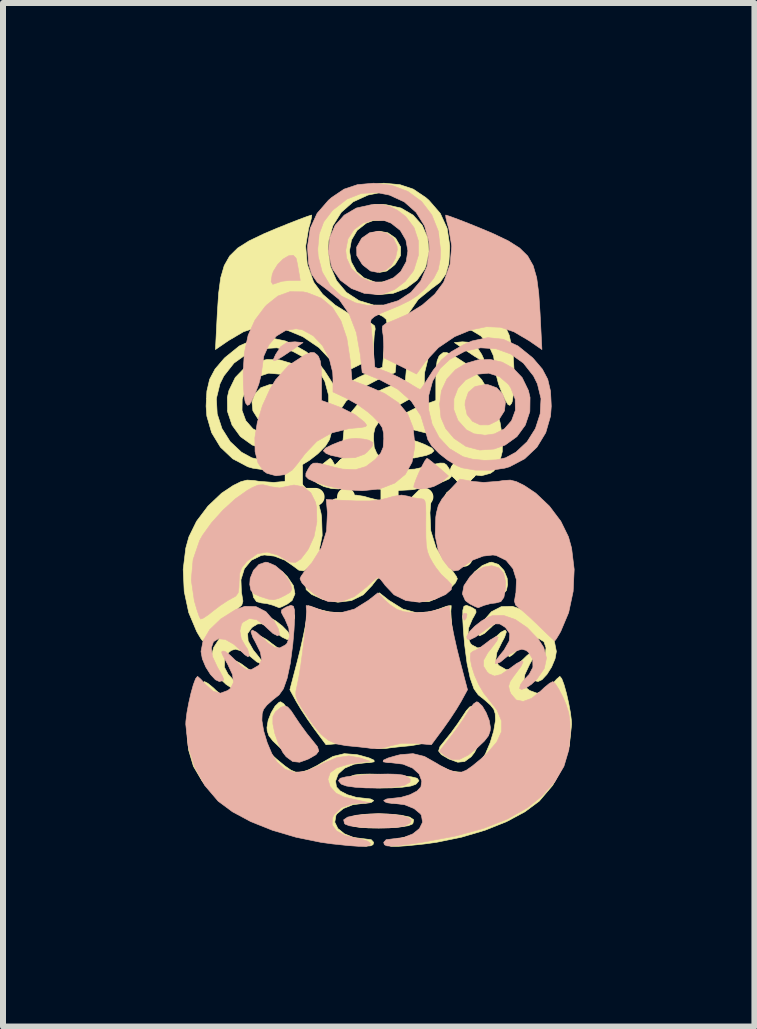
<source format=kicad_pcb>
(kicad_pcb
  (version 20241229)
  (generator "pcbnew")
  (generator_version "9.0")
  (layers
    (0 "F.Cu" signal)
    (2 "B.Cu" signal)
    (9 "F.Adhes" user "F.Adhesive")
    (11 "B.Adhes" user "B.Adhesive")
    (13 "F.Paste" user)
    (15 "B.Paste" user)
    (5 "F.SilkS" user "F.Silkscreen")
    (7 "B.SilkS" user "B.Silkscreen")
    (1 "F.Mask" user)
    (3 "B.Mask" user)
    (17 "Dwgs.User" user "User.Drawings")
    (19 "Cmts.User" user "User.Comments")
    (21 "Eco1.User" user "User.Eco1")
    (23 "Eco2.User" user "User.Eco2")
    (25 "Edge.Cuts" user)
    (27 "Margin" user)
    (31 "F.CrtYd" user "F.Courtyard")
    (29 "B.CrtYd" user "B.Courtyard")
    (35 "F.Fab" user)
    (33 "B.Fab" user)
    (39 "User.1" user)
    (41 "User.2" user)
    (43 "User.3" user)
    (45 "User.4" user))
  (footprint "tiki"
    (layer "F.Cu")
    (at 3.265 6.833)
    (property "Reference" "tiki" (at 0 -1.27 0) (layer "F.SilkS") (effects (font (size 1.524 1.524) (thickness 0.3))))
    (attr through_hole)
    (fp_poly (pts (xy -1.401 0.39) (xy -1.406 0.429) (xy -1.429 0.461) (xy -1.457 0.429) (xy -1.473 0.367) (xy -1.465 0.35) (xy -1.423 0.343) (xy -1.401 0.39)) (stroke (width 0.01) (type solid)) (fill yes) (layer "F.SilkS"))
    (fp_poly (pts (xy 1.53 -4.173) (xy 1.634 -4.101) (xy 1.718 -3.972) (xy 1.752 -3.897) (xy 1.749 -3.866) (xy 1.699 -3.881) (xy 1.595 -3.944) (xy 1.488 -4.016) (xy 1.262 -4.17) (xy 1.396 -4.183) (xy 1.53 -4.173)) (stroke (width 0.01) (type solid)) (fill yes) (layer "F.SilkS"))
    (fp_poly (pts (xy -1.608 -3.438) (xy -1.496 -3.342) (xy -1.443 -3.187) (xy -1.439 -3.126) (xy -1.474 -2.969) (xy -1.565 -2.857) (xy -1.693 -2.797) (xy -1.837 -2.798) (xy -1.979 -2.868) (xy -2.013 -2.898) (xy -2.098 -3.033) (xy -2.113 -3.178) (xy -2.066 -3.313) (xy -1.966 -3.417) (xy -1.821 -3.469) (xy -1.777 -3.471) (xy -1.608 -3.438)) (stroke (width 0.01) (type solid)) (fill yes) (layer "F.SilkS"))
    (fp_poly (pts (xy -0.774 -2.204) (xy -0.726 -2.116) (xy -0.671 -2.001) (xy -0.622 -1.886) (xy -0.59 -1.795) (xy -0.585 -1.757) (xy -0.664 -1.729) (xy -0.785 -1.736) (xy -0.917 -1.77) (xy -1.028 -1.827) (xy -1.045 -1.841) (xy -1.164 -1.945) (xy -0.995 -2.093) (xy -0.896 -2.175) (xy -0.826 -2.229) (xy -0.804 -2.24) (xy -0.774 -2.204)) (stroke (width 0.01) (type solid)) (fill yes) (layer "F.SilkS"))
    (fp_poly (pts (xy 0.507 -2.561) (xy 0.653 -2.516) (xy 0.773 -2.468) (xy 0.888 -2.41) (xy 0.923 -2.365) (xy 0.878 -2.323) (xy 0.798 -2.29) (xy 0.59 -2.245) (xy 0.396 -2.251) (xy 0.239 -2.308) (xy 0.189 -2.348) (xy 0.106 -2.444) (xy 0.098 -2.504) (xy 0.167 -2.543) (xy 0.252 -2.561) (xy 0.384 -2.574) (xy 0.507 -2.561)) (stroke (width 0.01) (type solid)) (fill yes) (layer "F.SilkS"))
    (fp_poly (pts (xy 0.153 -6.001) (xy 0.278 -5.914) (xy 0.285 -5.907) (xy 0.367 -5.763) (xy 0.365 -5.622) (xy 0.278 -5.48) (xy 0.257 -5.458) (xy 0.136 -5.364) (xy 0.017 -5.341) (xy -0.118 -5.378) (xy -0.211 -5.455) (xy -0.281 -5.58) (xy -0.311 -5.72) (xy -0.306 -5.78) (xy -0.244 -5.911) (xy -0.132 -5.995) (xy 0.008 -6.027) (xy 0.153 -6.001)) (stroke (width 0.01) (type solid)) (fill yes) (layer "F.SilkS"))
    (fp_poly (pts (xy 1.503 -5.617) (xy 1.595 -5.562) (xy 1.685 -5.472) (xy 1.754 -5.361) (xy 1.776 -5.303) (xy 1.794 -5.188) (xy 1.766 -5.142) (xy 1.692 -5.166) (xy 1.691 -5.167) (xy 1.61 -5.193) (xy 1.49 -5.206) (xy 1.469 -5.206) (xy 1.308 -5.207) (xy 1.335 -5.366) (xy 1.356 -5.484) (xy 1.375 -5.569) (xy 1.378 -5.577) (xy 1.425 -5.626) (xy 1.503 -5.617)) (stroke (width 0.01) (type solid)) (fill yes) (layer "F.SilkS"))
    (fp_poly (pts (xy 0.138 3.692) (xy 0.369 3.711) (xy 0.517 3.743) (xy 0.584 3.788) (xy 0.571 3.847) (xy 0.558 3.861) (xy 0.491 3.887) (xy 0.362 3.907) (xy 0.193 3.92) (xy 0.007 3.925) (xy -0.174 3.923) (xy -0.328 3.911) (xy -0.432 3.891) (xy -0.436 3.889) (xy -0.528 3.839) (xy -0.543 3.792) (xy -0.49 3.75) (xy -0.377 3.717) (xy -0.212 3.695) (xy -0.004 3.688) (xy 0.138 3.692)) (stroke (width 0.01) (type solid)) (fill yes) (layer "F.SilkS"))
    (fp_poly (pts (xy 1.997 -0.47) (xy 2.088 -0.372) (xy 2.143 -0.239) (xy 2.15 -0.136) (xy 2.131 -0.039) (xy 2.08 0.019) (xy 1.97 0.067) (xy 1.968 0.067) (xy 1.84 0.108) (xy 1.753 0.119) (xy 1.67 0.097) (xy 1.577 0.053) (xy 1.479 -0.003) (xy 1.446 -0.06) (xy 1.47 -0.145) (xy 1.502 -0.21) (xy 1.6 -0.346) (xy 1.726 -0.451) (xy 1.854 -0.505) (xy 1.886 -0.508) (xy 1.997 -0.47)) (stroke (width 0.01) (type solid)) (fill yes) (layer "F.SilkS"))
    (fp_poly (pts (xy -1.745 -0.426) (xy -1.601 -0.343) (xy -1.524 -0.268) (xy -1.422 -0.116) (xy -1.396 0.021) (xy -1.445 0.132) (xy -1.522 0.189) (xy -1.61 0.233) (xy -1.658 0.251) (xy -1.659 0.251) (xy -1.704 0.234) (xy -1.757 0.212) (xy -1.867 0.182) (xy -1.953 0.172) (xy -2.037 0.15) (xy -2.088 0.078) (xy -2.112 -0.055) (xy -2.116 -0.179) (xy -2.085 -0.323) (xy -2.003 -0.414) (xy -1.884 -0.449) (xy -1.745 -0.426)) (stroke (width 0.01) (type solid)) (fill yes) (layer "F.SilkS"))
    (fp_poly (pts (xy -1.583 1.854) (xy -1.517 1.94) (xy -1.49 1.984) (xy -1.416 2.102) (xy -1.312 2.253) (xy -1.205 2.396) (xy -1.011 2.645) (xy -1.103 2.72) (xy -1.221 2.783) (xy -1.347 2.781) (xy -1.492 2.709) (xy -1.64 2.591) (xy -1.763 2.474) (xy -1.831 2.386) (xy -1.859 2.304) (xy -1.863 2.249) (xy -1.843 2.13) (xy -1.793 2.003) (xy -1.728 1.893) (xy -1.661 1.828) (xy -1.634 1.82) (xy -1.583 1.854)) (stroke (width 0.01) (type solid)) (fill yes) (layer "F.SilkS"))
    (fp_poly (pts (xy 0.03 3.029) (xy 0.222 3.039) (xy 0.401 3.054) (xy 0.546 3.072) (xy 0.633 3.093) (xy 0.643 3.097) (xy 0.671 3.136) (xy 0.63 3.186) (xy 0.616 3.197) (xy 0.536 3.225) (xy 0.393 3.245) (xy 0.212 3.256) (xy 0.015 3.258) (xy -0.175 3.25) (xy -0.337 3.233) (xy -0.436 3.21) (xy -0.523 3.159) (xy -0.527 3.106) (xy -0.45 3.057) (xy -0.4 3.041) (xy -0.304 3.029) (xy -0.153 3.025) (xy 0.03 3.029)) (stroke (width 0.01) (type solid)) (fill yes) (layer "F.SilkS"))
    (fp_poly (pts (xy 1.626 1.911) (xy 1.631 1.913) (xy 1.721 1.987) (xy 1.764 2.066) (xy 1.765 2.186) (xy 1.732 2.347) (xy 1.673 2.516) (xy 1.599 2.663) (xy 1.543 2.736) (xy 1.434 2.816) (xy 1.319 2.828) (xy 1.174 2.775) (xy 1.164 2.77) (xy 1.045 2.701) (xy 0.999 2.641) (xy 1.021 2.569) (xy 1.1 2.471) (xy 1.203 2.343) (xy 1.317 2.186) (xy 1.382 2.089) (xy 1.462 1.968) (xy 1.518 1.906) (xy 1.566 1.892) (xy 1.626 1.911)) (stroke (width 0.01) (type solid)) (fill yes) (layer "F.SilkS"))
    (fp_poly (pts (xy 1.227 -3.966) (xy 1.235 -3.962) (xy 1.502 -3.789) (xy 1.719 -3.549) (xy 1.811 -3.397) (xy 1.939 -3.116) (xy 2.024 -2.839) (xy 2.065 -2.581) (xy 2.061 -2.351) (xy 2.013 -2.164) (xy 1.921 -2.03) (xy 1.865 -1.991) (xy 1.713 -1.949) (xy 1.559 -1.969) (xy 1.444 -2.043) (xy 1.366 -2.135) (xy 1.271 -2.259) (xy 1.23 -2.315) (xy 1.032 -2.523) (xy 0.784 -2.664) (xy 0.49 -2.737) (xy 0.442 -2.741) (xy 0.295 -2.754) (xy 0.22 -2.768) (xy 0.201 -2.791) (xy 0.226 -2.828) (xy 0.242 -2.847) (xy 0.397 -2.97) (xy 0.632 -3.087) (xy 0.762 -3.136) (xy 0.953 -3.204) (xy 0.953 -3.547) (xy 0.957 -3.739) (xy 0.974 -3.863) (xy 1.004 -3.939) (xy 1.022 -3.961) (xy 1.075 -4.003) (xy 1.132 -4.005) (xy 1.227 -3.966)) (stroke (width 0.01) (type solid)) (fill yes) (layer "F.SilkS"))
    (fp_poly (pts (xy -1.652 -3.881) (xy -1.454 -3.823) (xy -1.279 -3.716) (xy -1.138 -3.563) (xy -1.046 -3.365) (xy -1.016 -3.143) (xy -1.039 -2.918) (xy -1.118 -2.736) (xy -1.259 -2.571) (xy -1.457 -2.438) (xy -1.684 -2.378) (xy -1.924 -2.395) (xy -2.11 -2.462) (xy -2.305 -2.602) (xy -2.445 -2.794) (xy -2.52 -3.018) (xy -2.521 -3.039) (xy -2.279 -3.039) (xy -2.216 -2.868) (xy -2.097 -2.732) (xy -1.929 -2.647) (xy -1.773 -2.625) (xy -1.588 -2.649) (xy -1.461 -2.716) (xy -1.321 -2.872) (xy -1.253 -3.05) (xy -1.254 -3.233) (xy -1.319 -3.404) (xy -1.447 -3.545) (xy -1.633 -3.64) (xy -1.637 -3.642) (xy -1.834 -3.66) (xy -2.016 -3.601) (xy -2.165 -3.472) (xy -2.2 -3.421) (xy -2.276 -3.228) (xy -2.279 -3.039) (xy -2.521 -3.039) (xy -2.524 -3.255) (xy -2.497 -3.371) (xy -2.392 -3.587) (xy -2.241 -3.744) (xy -2.059 -3.844) (xy -1.858 -3.889) (xy -1.652 -3.881)) (stroke (width 0.01) (type solid)) (fill yes) (layer "F.SilkS"))
    (fp_poly (pts (xy -1.121 -6.251) (xy -1.145 -6.152) (xy -1.169 -6.073) (xy -1.218 -5.779) (xy -1.191 -5.477) (xy -1.09 -5.193) (xy -1.076 -5.166) (xy -0.934 -4.976) (xy -0.727 -4.796) (xy -0.476 -4.64) (xy -0.247 -4.54) (xy -0.124 -4.491) (xy -0.066 -4.447) (xy -0.058 -4.395) (xy -0.061 -4.381) (xy -0.075 -4.287) (xy -0.083 -4.153) (xy -0.084 -4.106) (xy -0.085 -3.916) (xy -0.631 -3.646) (xy -0.782 -3.857) (xy -0.996 -4.086) (xy -1.266 -4.269) (xy -1.542 -4.383) (xy -1.797 -4.435) (xy -2.027 -4.426) (xy -2.254 -4.351) (xy -2.5 -4.206) (xy -2.501 -4.206) (xy -2.722 -4.054) (xy -2.691 -4.662) (xy -2.669 -4.992) (xy -2.635 -5.25) (xy -2.576 -5.453) (xy -2.485 -5.614) (xy -2.35 -5.747) (xy -2.162 -5.866) (xy -1.911 -5.986) (xy -1.691 -6.079) (xy -1.49 -6.16) (xy -1.32 -6.226) (xy -1.193 -6.273) (xy -1.125 -6.295) (xy -1.117 -6.296) (xy -1.121 -6.251)) (stroke (width 0.01) (type solid)) (fill yes) (layer "F.SilkS"))
    (fp_poly (pts (xy 2.383 0.281) (xy 2.632 0.438) (xy 2.816 0.615) (xy 2.928 0.803) (xy 2.963 0.981) (xy 2.941 1.103) (xy 2.884 1.239) (xy 2.806 1.363) (xy 2.723 1.452) (xy 2.658 1.482) (xy 2.594 1.467) (xy 2.583 1.45) (xy 2.603 1.398) (xy 2.655 1.302) (xy 2.687 1.249) (xy 2.772 1.067) (xy 2.791 0.92) (xy 2.755 0.818) (xy 2.673 0.768) (xy 2.555 0.781) (xy 2.412 0.864) (xy 2.33 0.94) (xy 2.233 1.035) (xy 2.179 1.07) (xy 2.16 1.05) (xy 2.159 1.038) (xy 2.186 0.943) (xy 2.222 0.89) (xy 2.292 0.77) (xy 2.315 0.637) (xy 2.288 0.523) (xy 2.266 0.494) (xy 2.157 0.431) (xy 2.037 0.449) (xy 1.903 0.549) (xy 1.881 0.572) (xy 1.762 0.681) (xy 1.684 0.72) (xy 1.652 0.693) (xy 1.674 0.604) (xy 1.74 0.48) (xy 1.88 0.318) (xy 2.046 0.233) (xy 2.231 0.228) (xy 2.383 0.281)) (stroke (width 0.01) (type solid)) (fill yes) (layer "F.SilkS"))
    (fp_poly (pts (xy 0.124 -6.469) (xy 0.372 -6.414) (xy 0.575 -6.295) (xy 0.726 -6.126) (xy 0.816 -5.92) (xy 0.839 -5.688) (xy 0.787 -5.445) (xy 0.764 -5.39) (xy 0.639 -5.21) (xy 0.457 -5.074) (xy 0.24 -4.991) (xy 0.008 -4.971) (xy -0.081 -4.983) (xy -0.267 -5.056) (xy -0.441 -5.189) (xy -0.572 -5.356) (xy -0.588 -5.387) (xy -0.663 -5.628) (xy -0.663 -5.699) (xy -0.487 -5.699) (xy -0.458 -5.517) (xy -0.368 -5.355) (xy -0.246 -5.25) (xy -0.053 -5.175) (xy 0.138 -5.185) (xy 0.3 -5.261) (xy 0.456 -5.406) (xy 0.536 -5.582) (xy 0.55 -5.708) (xy 0.513 -5.898) (xy 0.413 -6.053) (xy 0.265 -6.162) (xy 0.089 -6.215) (xy -0.099 -6.203) (xy -0.207 -6.162) (xy -0.36 -6.041) (xy -0.454 -5.88) (xy -0.487 -5.699) (xy -0.663 -5.699) (xy -0.662 -5.866) (xy -0.59 -6.086) (xy -0.45 -6.273) (xy -0.312 -6.377) (xy -0.183 -6.442) (xy -0.066 -6.471) (xy 0.082 -6.472) (xy 0.124 -6.469)) (stroke (width 0.01) (type solid)) (fill yes) (layer "F.SilkS"))
    (fp_poly (pts (xy -1.901 0.382) (xy -1.836 0.404) (xy -1.715 0.472) (xy -1.603 0.56) (xy -1.515 0.651) (xy -1.469 0.729) (xy -1.474 0.772) (xy -1.525 0.783) (xy -1.612 0.741) (xy -1.72 0.663) (xy -1.853 0.565) (xy -1.945 0.52) (xy -2.019 0.522) (xy -2.097 0.569) (xy -2.118 0.586) (xy -2.186 0.683) (xy -2.177 0.806) (xy -2.091 0.958) (xy -2.027 1.036) (xy -1.952 1.134) (xy -1.943 1.181) (xy -1.958 1.185) (xy -2.031 1.156) (xy -2.092 1.105) (xy -2.186 1.029) (xy -2.29 0.972) (xy -2.388 0.943) (xy -2.458 0.963) (xy -2.499 0.996) (xy -2.569 1.11) (xy -2.572 1.244) (xy -2.509 1.364) (xy -2.494 1.379) (xy -2.412 1.467) (xy -2.365 1.534) (xy -2.349 1.598) (xy -2.383 1.615) (xy -2.454 1.59) (xy -2.546 1.529) (xy -2.641 1.439) (xy -2.762 1.263) (xy -2.798 1.09) (xy -2.752 0.915) (xy -2.665 0.78) (xy -2.477 0.584) (xy -2.28 0.449) (xy -2.084 0.38) (xy -1.901 0.382)) (stroke (width 0.01) (type solid)) (fill yes) (layer "F.SilkS"))
    (fp_poly (pts (xy 2.012 -1.794) (xy 2.109 -1.752) (xy 2.19 -1.706) (xy 2.391 -1.564) (xy 2.598 -1.375) (xy 2.788 -1.164) (xy 2.937 -0.956) (xy 2.986 -0.869) (xy 3.095 -0.55) (xy 3.125 -0.212) (xy 3.074 0.138) (xy 3.07 0.15) (xy 3.029 0.291) (xy 2.993 0.396) (xy 2.969 0.441) (xy 2.925 0.425) (xy 2.839 0.367) (xy 2.773 0.314) (xy 2.644 0.215) (xy 2.514 0.13) (xy 2.466 0.104) (xy 2.384 0.058) (xy 2.343 0.002) (xy 2.33 -0.092) (xy 2.328 -0.176) (xy 2.32 -0.317) (xy 2.284 -0.415) (xy 2.205 -0.513) (xy 2.184 -0.533) (xy 2.026 -0.647) (xy 1.86 -0.677) (xy 1.681 -0.625) (xy 1.592 -0.572) (xy 1.478 -0.51) (xy 1.386 -0.504) (xy 1.298 -0.562) (xy 1.199 -0.69) (xy 1.171 -0.732) (xy 1.078 -0.938) (xy 1.031 -1.181) (xy 1.036 -1.421) (xy 1.053 -1.506) (xy 1.132 -1.665) (xy 1.257 -1.765) (xy 1.412 -1.795) (xy 1.518 -1.774) (xy 1.655 -1.746) (xy 1.801 -1.767) (xy 1.824 -1.774) (xy 1.928 -1.799) (xy 2.012 -1.794)) (stroke (width 0.01) (type solid)) (fill yes) (layer "F.SilkS"))
    (fp_poly (pts (xy -1.168 -1.693) (xy -1.058 -1.565) (xy -0.995 -1.454) (xy -0.962 -1.326) (xy -0.952 -1.259) (xy -0.942 -0.953) (xy -0.995 -0.697) (xy -1.072 -0.545) (xy -1.171 -0.417) (xy -1.252 -0.362) (xy -1.332 -0.375) (xy -1.417 -0.439) (xy -1.566 -0.542) (xy -1.74 -0.609) (xy -1.904 -0.628) (xy -1.959 -0.62) (xy -2.125 -0.539) (xy -2.24 -0.399) (xy -2.297 -0.215) (xy -2.289 -0.001) (xy -2.282 0.032) (xy -2.264 0.142) (xy -2.283 0.207) (xy -2.337 0.254) (xy -2.411 0.314) (xy -2.523 0.414) (xy -2.651 0.535) (xy -2.677 0.561) (xy -2.792 0.673) (xy -2.882 0.758) (xy -2.931 0.801) (xy -2.936 0.804) (xy -2.962 0.771) (xy -3.012 0.688) (xy -3.036 0.646) (xy -3.168 0.332) (xy -3.243 -0.021) (xy -3.26 -0.388) (xy -3.217 -0.742) (xy -3.165 -0.93) (xy -3.037 -1.191) (xy -2.847 -1.443) (xy -2.619 -1.659) (xy -2.427 -1.787) (xy -2.297 -1.851) (xy -2.195 -1.877) (xy -2.079 -1.87) (xy -2 -1.857) (xy -1.751 -1.838) (xy -1.567 -1.855) (xy -1.355 -1.893) (xy -1.168 -1.693)) (stroke (width 0.01) (type solid)) (fill yes) (layer "F.SilkS"))
    (fp_poly (pts (xy 0.169 0.127) (xy 0.404 0.274) (xy 0.637 0.337) (xy 0.873 0.318) (xy 1.001 0.275) (xy 1.141 0.224) (xy 1.209 0.216) (xy 1.208 0.252) (xy 1.208 0.252) (xy 1.203 0.309) (xy 1.209 0.431) (xy 1.224 0.6) (xy 1.246 0.799) (xy 1.272 1.01) (xy 1.3 1.214) (xy 1.329 1.394) (xy 1.356 1.531) (xy 1.361 1.553) (xy 1.382 1.651) (xy 1.381 1.727) (xy 1.351 1.809) (xy 1.285 1.922) (xy 1.234 2.001) (xy 1.086 2.216) (xy 0.958 2.367) (xy 0.835 2.465) (xy 0.702 2.523) (xy 0.541 2.552) (xy 0.508 2.555) (xy 0.342 2.571) (xy 0.191 2.588) (xy 0.106 2.6) (xy -0.016 2.599) (xy -0.159 2.568) (xy -0.191 2.556) (xy -0.382 2.512) (xy -0.619 2.513) (xy -0.878 2.536) (xy -1.073 2.273) (xy -1.186 2.113) (xy -1.295 1.947) (xy -1.374 1.815) (xy -1.481 1.619) (xy -1.357 1.146) (xy -1.303 0.93) (xy -1.256 0.719) (xy -1.22 0.54) (xy -1.205 0.446) (xy -1.176 0.219) (xy -1.006 0.279) (xy -0.816 0.323) (xy -0.61 0.336) (xy -0.421 0.318) (xy -0.305 0.279) (xy -0.193 0.204) (xy -0.089 0.111) (xy 0.012 0.003) (xy 0.169 0.127)) (stroke (width 0.01) (type solid)) (fill yes) (layer "F.SilkS"))
    (fp_poly (pts (xy -0.244 -1.606) (xy -0.165 -1.582) (xy -0.02 -1.546) (xy 0.149 -1.529) (xy 0.365 -1.529) (xy 0.46 -1.533) (xy 0.874 -1.553) (xy 0.855 -1.333) (xy 0.869 -1.031) (xy 0.957 -0.748) (xy 1.112 -0.501) (xy 1.142 -0.467) (xy 1.233 -0.36) (xy 1.295 -0.271) (xy 1.312 -0.231) (xy 1.278 -0.161) (xy 1.192 -0.07) (xy 1.075 0.024) (xy 0.951 0.102) (xy 0.842 0.148) (xy 0.831 0.15) (xy 0.618 0.148) (xy 0.406 0.066) (xy 0.207 -0.09) (xy 0.11 -0.181) (xy 0.037 -0.24) (xy 0.011 -0.254) (xy -0.031 -0.222) (xy -0.093 -0.143) (xy -0.106 -0.124) (xy -0.257 0.036) (xy -0.454 0.132) (xy -0.681 0.16) (xy -0.923 0.115) (xy -0.942 0.109) (xy -1.118 0.03) (xy -1.21 -0.051) (xy -1.216 -0.133) (xy -1.139 -0.217) (xy -1.124 -0.228) (xy -1.043 -0.303) (xy -0.95 -0.422) (xy -0.902 -0.497) (xy -0.847 -0.596) (xy -0.813 -0.685) (xy -0.794 -0.788) (xy -0.787 -0.927) (xy -0.786 -1.128) (xy -0.786 -1.132) (xy -0.787 -1.327) (xy -0.784 -1.453) (xy -0.772 -1.525) (xy -0.75 -1.557) (xy -0.714 -1.566) (xy -0.694 -1.566) (xy -0.58 -1.582) (xy -0.487 -1.609) (xy -0.381 -1.627) (xy -0.244 -1.606)) (stroke (width 0.01) (type solid)) (fill yes) (layer "F.SilkS"))
    (fp_poly (pts (xy 1.679 -4.947) (xy 1.868 -4.797) (xy 1.896 -4.767) (xy 2.063 -4.545) (xy 2.177 -4.292) (xy 2.241 -3.993) (xy 2.26 -3.662) (xy 2.257 -3.473) (xy 2.246 -3.31) (xy 2.229 -3.195) (xy 2.217 -3.159) (xy 2.188 -3.124) (xy 2.157 -3.136) (xy 2.114 -3.206) (xy 2.059 -3.323) (xy 1.998 -3.482) (xy 1.958 -3.638) (xy 1.947 -3.728) (xy 1.916 -3.945) (xy 1.831 -4.133) (xy 1.705 -4.28) (xy 1.549 -4.374) (xy 1.377 -4.401) (xy 1.273 -4.383) (xy 1.09 -4.283) (xy 0.936 -4.119) (xy 0.825 -3.909) (xy 0.767 -3.674) (xy 0.762 -3.58) (xy 0.762 -3.347) (xy 0.524 -3.234) (xy 0.354 -3.138) (xy 0.182 -3.014) (xy 0.101 -2.944) (xy -0.004 -2.836) (xy -0.06 -2.751) (xy -0.082 -2.658) (xy -0.085 -2.564) (xy -0.075 -2.424) (xy -0.032 -2.323) (xy 0.056 -2.222) (xy 0.213 -2.103) (xy 0.389 -2.05) (xy 0.601 -2.06) (xy 0.746 -2.093) (xy 0.916 -2.139) (xy 1.023 -2.161) (xy 1.089 -2.159) (xy 1.131 -2.13) (xy 1.17 -2.073) (xy 1.176 -2.062) (xy 1.213 -1.992) (xy 1.215 -1.94) (xy 1.172 -1.896) (xy 1.071 -1.85) (xy 0.903 -1.794) (xy 0.853 -1.778) (xy 0.57 -1.717) (xy 0.272 -1.7) (xy -0.002 -1.728) (xy -0.028 -1.734) (xy -0.268 -1.827) (xy -0.445 -1.974) (xy -0.556 -2.176) (xy -0.601 -2.431) (xy -0.602 -2.47) (xy -0.575 -2.747) (xy -0.485 -2.977) (xy -0.328 -3.167) (xy -0.097 -3.322) (xy 0.131 -3.422) (xy 0.445 -3.538) (xy 0.475 -3.875) (xy 0.531 -4.24) (xy 0.63 -4.532) (xy 0.771 -4.755) (xy 0.958 -4.911) (xy 1.192 -5.002) (xy 1.259 -5.016) (xy 1.48 -5.019) (xy 1.679 -4.947)) (stroke (width 0.01) (type solid)) (fill yes) (layer "F.SilkS"))
    (fp_poly (pts (xy -1.861 0.788) (xy -1.79 0.843) (xy -1.686 0.92) (xy -1.603 0.967) (xy -1.578 0.974) (xy -1.534 1.008) (xy -1.527 1.098) (xy -1.551 1.227) (xy -1.6 1.379) (xy -1.669 1.534) (xy -1.753 1.676) (xy -1.819 1.76) (xy -1.973 1.959) (xy -2.05 2.141) (xy -2.049 2.317) (xy -1.968 2.494) (xy -1.807 2.68) (xy -1.704 2.774) (xy -1.562 2.891) (xy -1.462 2.961) (xy -1.386 2.992) (xy -1.314 2.996) (xy -1.284 2.992) (xy -1.166 2.954) (xy -1.026 2.883) (xy -0.964 2.845) (xy -0.762 2.731) (xy -0.573 2.685) (xy -0.366 2.701) (xy -0.313 2.713) (xy -0.158 2.757) (xy -0.078 2.794) (xy -0.075 2.821) (xy -0.151 2.835) (xy -0.207 2.836) (xy -0.406 2.86) (xy -0.566 2.926) (xy -0.674 3.023) (xy -0.719 3.142) (xy -0.704 3.24) (xy -0.64 3.308) (xy -0.521 3.37) (xy -0.372 3.414) (xy -0.234 3.429) (xy -0.136 3.44) (xy -0.086 3.465) (xy -0.085 3.471) (xy -0.122 3.498) (xy -0.216 3.513) (xy -0.256 3.514) (xy -0.433 3.537) (xy -0.589 3.6) (xy -0.697 3.689) (xy -0.713 3.715) (xy -0.732 3.828) (xy -0.68 3.934) (xy -0.569 4.023) (xy -0.415 4.084) (xy -0.234 4.106) (xy -0.124 4.12) (xy -0.085 4.163) (xy -0.085 4.17) (xy -0.095 4.203) (xy -0.134 4.222) (xy -0.214 4.227) (xy -0.345 4.216) (xy -0.54 4.191) (xy -0.72 4.164) (xy -1.273 4.061) (xy -1.748 3.932) (xy -2.15 3.774) (xy -2.481 3.587) (xy -2.713 3.401) (xy -2.939 3.151) (xy -3.089 2.896) (xy -3.171 2.62) (xy -3.194 2.349) (xy -3.19 2.154) (xy -3.169 2.004) (xy -3.124 1.863) (xy -3.074 1.746) (xy -3.006 1.614) (xy -2.946 1.52) (xy -2.905 1.483) (xy -2.905 1.483) (xy -2.849 1.512) (xy -2.762 1.583) (xy -2.71 1.633) (xy -2.551 1.762) (xy -2.41 1.814) (xy -2.293 1.79) (xy -2.206 1.69) (xy -2.183 1.637) (xy -2.167 1.558) (xy -2.191 1.481) (xy -2.263 1.377) (xy -2.278 1.358) (xy -2.375 1.227) (xy -2.409 1.153) (xy -2.383 1.138) (xy -2.298 1.183) (xy -2.18 1.27) (xy -2.039 1.365) (xy -1.931 1.392) (xy -1.84 1.353) (xy -1.806 1.32) (xy -1.747 1.225) (xy -1.75 1.125) (xy -1.818 1.003) (xy -1.886 0.918) (xy -1.972 0.803) (xy -1.993 0.741) (xy -1.954 0.734) (xy -1.861 0.788)) (stroke (width 0.01) (type solid)) (fill yes) (layer "F.SilkS"))
    (fp_poly (pts (xy 1.534 0.237) (xy 1.568 0.255) (xy 1.618 0.287) (xy 1.624 0.327) (xy 1.586 0.401) (xy 1.565 0.435) (xy 1.499 0.59) (xy 1.487 0.735) (xy 1.529 0.846) (xy 1.556 0.872) (xy 1.648 0.921) (xy 1.739 0.912) (xy 1.845 0.84) (xy 1.924 0.764) (xy 2.039 0.66) (xy 2.109 0.624) (xy 2.13 0.653) (xy 2.099 0.745) (xy 2.055 0.826) (xy 1.971 0.997) (xy 1.952 1.122) (xy 1.999 1.212) (xy 2.114 1.278) (xy 2.133 1.285) (xy 2.202 1.284) (xy 2.289 1.227) (xy 2.375 1.144) (xy 2.472 1.05) (xy 2.549 0.988) (xy 2.581 0.974) (xy 2.613 0.978) (xy 2.618 1.003) (xy 2.59 1.066) (xy 2.524 1.184) (xy 2.519 1.192) (xy 2.438 1.365) (xy 2.42 1.495) (xy 2.467 1.592) (xy 2.517 1.632) (xy 2.64 1.677) (xy 2.76 1.644) (xy 2.887 1.531) (xy 2.895 1.522) (xy 2.968 1.442) (xy 3.017 1.399) (xy 3.022 1.397) (xy 3.053 1.435) (xy 3.091 1.536) (xy 3.131 1.679) (xy 3.168 1.842) (xy 3.198 2.004) (xy 3.215 2.144) (xy 3.217 2.195) (xy 3.179 2.554) (xy 3.071 2.9) (xy 2.902 3.213) (xy 2.68 3.474) (xy 2.676 3.478) (xy 2.438 3.655) (xy 2.132 3.819) (xy 1.774 3.962) (xy 1.378 4.079) (xy 0.962 4.164) (xy 0.764 4.191) (xy 0.505 4.218) (xy 0.321 4.231) (xy 0.204 4.229) (xy 0.146 4.211) (xy 0.138 4.18) (xy 0.187 4.143) (xy 0.29 4.11) (xy 0.348 4.1) (xy 0.559 4.05) (xy 0.703 3.973) (xy 0.776 3.874) (xy 0.772 3.759) (xy 0.742 3.699) (xy 0.62 3.584) (xy 0.439 3.522) (xy 0.304 3.509) (xy 0.148 3.505) (xy 0.318 3.467) (xy 0.452 3.437) (xy 0.567 3.411) (xy 0.583 3.407) (xy 0.713 3.343) (xy 0.809 3.236) (xy 0.847 3.112) (xy 0.81 3.003) (xy 0.697 2.92) (xy 0.507 2.862) (xy 0.398 2.844) (xy 0.148 2.811) (xy 0.31 2.756) (xy 0.498 2.722) (xy 0.698 2.751) (xy 0.926 2.845) (xy 0.994 2.882) (xy 1.213 2.978) (xy 1.401 2.999) (xy 1.563 2.944) (xy 1.7 2.82) (xy 1.782 2.685) (xy 1.859 2.502) (xy 1.918 2.307) (xy 1.947 2.136) (xy 1.947 2.11) (xy 1.943 2.018) (xy 1.92 1.946) (xy 1.865 1.876) (xy 1.765 1.787) (xy 1.661 1.705) (xy 1.589 1.604) (xy 1.526 1.426) (xy 1.473 1.175) (xy 1.432 0.859) (xy 1.412 0.624) (xy 1.401 0.423) (xy 1.403 0.294) (xy 1.422 0.227) (xy 1.464 0.212) (xy 1.534 0.237)) (stroke (width 0.01) (type solid)) (fill yes) (layer "F.SilkS"))
    (fp_poly (pts (xy 0.353 -6.804) (xy 0.577 -6.729) (xy 0.785 -6.589) (xy 0.838 -6.543) (xy 1.027 -6.325) (xy 1.141 -6.076) (xy 1.185 -5.785) (xy 1.185 -5.735) (xy 1.17 -5.492) (xy 1.119 -5.312) (xy 1.024 -5.176) (xy 0.881 -5.069) (xy 0.66 -4.89) (xy 0.49 -4.645) (xy 0.371 -4.334) (xy 0.305 -3.962) (xy 0.275 -3.67) (xy -0.016 -3.552) (xy -0.314 -3.395) (xy -0.544 -3.193) (xy -0.703 -2.95) (xy -0.787 -2.676) (xy -0.819 -2.554) (xy -0.885 -2.447) (xy -1.003 -2.327) (xy -1.017 -2.314) (xy -1.154 -2.207) (xy -1.298 -2.12) (xy -1.387 -2.082) (xy -1.611 -2.043) (xy -1.865 -2.041) (xy -2.102 -2.076) (xy -2.182 -2.099) (xy -2.434 -2.232) (xy -2.639 -2.426) (xy -2.786 -2.668) (xy -2.866 -2.945) (xy -2.878 -3.109) (xy -2.872 -3.236) (xy -2.707 -3.236) (xy -2.693 -2.982) (xy -2.614 -2.737) (xy -2.476 -2.518) (xy -2.288 -2.342) (xy -2.115 -2.248) (xy -1.961 -2.214) (xy -1.765 -2.206) (xy -1.567 -2.225) (xy -1.406 -2.267) (xy -1.18 -2.402) (xy -1.008 -2.587) (xy -0.892 -2.806) (xy -0.834 -3.046) (xy -0.835 -3.291) (xy -0.899 -3.528) (xy -1.026 -3.74) (xy -1.187 -3.891) (xy -1.438 -4.026) (xy -1.699 -4.083) (xy -1.958 -4.067) (xy -2.2 -3.98) (xy -2.413 -3.828) (xy -2.583 -3.612) (xy -2.647 -3.482) (xy -2.707 -3.236) (xy -2.872 -3.236) (xy -2.865 -3.361) (xy -2.819 -3.558) (xy -2.729 -3.728) (xy -2.584 -3.898) (xy -2.564 -3.919) (xy -2.323 -4.114) (xy -2.077 -4.225) (xy -1.821 -4.253) (xy -1.556 -4.197) (xy -1.419 -4.137) (xy -1.206 -4.015) (xy -1.046 -3.881) (xy -0.909 -3.709) (xy -0.858 -3.63) (xy -0.78 -3.508) (xy -0.721 -3.42) (xy -0.692 -3.387) (xy -0.692 -3.387) (xy -0.65 -3.407) (xy -0.561 -3.46) (xy -0.497 -3.5) (xy -0.341 -3.588) (xy -0.173 -3.668) (xy -0.127 -3.686) (xy 0.064 -3.759) (xy 0.093 -4.091) (xy 0.109 -4.261) (xy 0.124 -4.405) (xy 0.135 -4.497) (xy 0.136 -4.505) (xy 0.126 -4.557) (xy 0.071 -4.605) (xy -0.044 -4.662) (xy -0.127 -4.696) (xy -0.354 -4.791) (xy -0.522 -4.874) (xy -0.649 -4.958) (xy -0.758 -5.055) (xy -0.789 -5.087) (xy -0.918 -5.243) (xy -0.993 -5.39) (xy -1.026 -5.562) (xy -1.032 -5.715) (xy -1.03 -5.728) (xy -0.846 -5.728) (xy -0.807 -5.444) (xy -0.702 -5.202) (xy -0.539 -5.008) (xy -0.328 -4.87) (xy -0.081 -4.795) (xy 0.193 -4.792) (xy 0.384 -4.832) (xy 0.619 -4.944) (xy 0.808 -5.12) (xy 0.941 -5.345) (xy 1.009 -5.608) (xy 1.016 -5.73) (xy 0.993 -5.98) (xy 0.918 -6.182) (xy 0.78 -6.363) (xy 0.758 -6.385) (xy 0.529 -6.563) (xy 0.287 -6.658) (xy 0.026 -6.671) (xy -0.179 -6.63) (xy -0.426 -6.517) (xy -0.624 -6.342) (xy -0.765 -6.117) (xy -0.838 -5.856) (xy -0.846 -5.728) (xy -1.03 -5.728) (xy -0.994 -6.028) (xy -0.886 -6.299) (xy -0.715 -6.523) (xy -0.488 -6.69) (xy -0.214 -6.794) (xy 0.084 -6.828) (xy 0.353 -6.804)) (stroke (width 0.01) (type solid)) (fill yes) (layer "F.SilkS"))
    (fp_poly (pts (xy 1.401 0.39) (xy 1.406 0.429) (xy 1.429 0.461) (xy 1.457 0.429) (xy 1.473 0.367) (xy 1.465 0.35) (xy 1.423 0.343) (xy 1.401 0.39)) (stroke (width 0.01) (type solid)) (fill yes) (layer "B.SilkS"))
    (fp_poly (pts (xy -1.53 -4.173) (xy -1.634 -4.101) (xy -1.718 -3.972) (xy -1.752 -3.897) (xy -1.749 -3.866) (xy -1.699 -3.881) (xy -1.595 -3.944) (xy -1.488 -4.016) (xy -1.262 -4.17) (xy -1.396 -4.183) (xy -1.53 -4.173)) (stroke (width 0.01) (type solid)) (fill yes) (layer "B.SilkS"))
    (fp_poly (pts (xy -0.507 -2.561) (xy -0.653 -2.516) (xy -0.773 -2.468) (xy -0.888 -2.41) (xy -0.923 -2.365) (xy -0.878 -2.323) (xy -0.798 -2.29) (xy -0.59 -2.245) (xy -0.396 -2.251) (xy -0.239 -2.308) (xy -0.189 -2.348) (xy -0.106 -2.444) (xy -0.098 -2.504) (xy -0.167 -2.543) (xy -0.252 -2.561) (xy -0.384 -2.574) (xy -0.507 -2.561)) (stroke (width 0.01) (type solid)) (fill yes) (layer "B.SilkS"))
    (fp_poly (pts (xy 0.774 -2.204) (xy 0.726 -2.116) (xy 0.671 -2.001) (xy 0.622 -1.886) (xy 0.59 -1.795) (xy 0.585 -1.757) (xy 0.664 -1.729) (xy 0.785 -1.736) (xy 0.917 -1.77) (xy 1.028 -1.827) (xy 1.045 -1.841) (xy 1.164 -1.945) (xy 0.995 -2.093) (xy 0.896 -2.175) (xy 0.826 -2.229) (xy 0.804 -2.24) (xy 0.774 -2.204)) (stroke (width 0.01) (type solid)) (fill yes) (layer "B.SilkS"))
    (fp_poly (pts (xy 1.608 -3.438) (xy 1.496 -3.342) (xy 1.443 -3.187) (xy 1.439 -3.126) (xy 1.474 -2.969) (xy 1.565 -2.857) (xy 1.693 -2.797) (xy 1.837 -2.798) (xy 1.979 -2.868) (xy 2.013 -2.898) (xy 2.098 -3.033) (xy 2.113 -3.178) (xy 2.066 -3.313) (xy 1.966 -3.417) (xy 1.821 -3.469) (xy 1.777 -3.471) (xy 1.608 -3.438)) (stroke (width 0.01) (type solid)) (fill yes) (layer "B.SilkS"))
    (fp_poly (pts (xy -0.153 -6.001) (xy -0.278 -5.914) (xy -0.285 -5.907) (xy -0.367 -5.763) (xy -0.365 -5.622) (xy -0.278 -5.48) (xy -0.257 -5.458) (xy -0.136 -5.364) (xy -0.017 -5.341) (xy 0.118 -5.378) (xy 0.211 -5.455) (xy 0.281 -5.58) (xy 0.311 -5.72) (xy 0.306 -5.78) (xy 0.244 -5.911) (xy 0.132 -5.995) (xy -0.008 -6.027) (xy -0.153 -6.001)) (stroke (width 0.01) (type solid)) (fill yes) (layer "B.SilkS"))
    (fp_poly (pts (xy -1.503 -5.617) (xy -1.595 -5.562) (xy -1.685 -5.472) (xy -1.754 -5.361) (xy -1.776 -5.303) (xy -1.794 -5.188) (xy -1.766 -5.142) (xy -1.692 -5.166) (xy -1.691 -5.167) (xy -1.61 -5.193) (xy -1.49 -5.206) (xy -1.469 -5.206) (xy -1.308 -5.207) (xy -1.335 -5.366) (xy -1.356 -5.484) (xy -1.375 -5.569) (xy -1.378 -5.577) (xy -1.425 -5.626) (xy -1.503 -5.617)) (stroke (width 0.01) (type solid)) (fill yes) (layer "B.SilkS"))
    (fp_poly (pts (xy -1.997 -0.47) (xy -2.088 -0.372) (xy -2.143 -0.239) (xy -2.15 -0.136) (xy -2.131 -0.039) (xy -2.08 0.019) (xy -1.97 0.067) (xy -1.968 0.067) (xy -1.84 0.108) (xy -1.753 0.119) (xy -1.67 0.097) (xy -1.577 0.053) (xy -1.479 -0.003) (xy -1.446 -0.06) (xy -1.47 -0.145) (xy -1.502 -0.21) (xy -1.6 -0.346) (xy -1.726 -0.451) (xy -1.854 -0.505) (xy -1.886 -0.508) (xy -1.997 -0.47)) (stroke (width 0.01) (type solid)) (fill yes) (layer "B.SilkS"))
    (fp_poly (pts (xy -0.138 3.692) (xy -0.369 3.711) (xy -0.517 3.743) (xy -0.584 3.788) (xy -0.571 3.847) (xy -0.558 3.861) (xy -0.491 3.887) (xy -0.362 3.907) (xy -0.193 3.92) (xy -0.007 3.925) (xy 0.174 3.923) (xy 0.328 3.911) (xy 0.432 3.891) (xy 0.436 3.889) (xy 0.528 3.839) (xy 0.543 3.792) (xy 0.49 3.75) (xy 0.377 3.717) (xy 0.212 3.695) (xy 0.004 3.688) (xy -0.138 3.692)) (stroke (width 0.01) (type solid)) (fill yes) (layer "B.SilkS"))
    (fp_poly (pts (xy 1.583 1.854) (xy 1.517 1.94) (xy 1.49 1.984) (xy 1.416 2.102) (xy 1.312 2.253) (xy 1.205 2.396) (xy 1.011 2.645) (xy 1.103 2.72) (xy 1.221 2.783) (xy 1.347 2.781) (xy 1.492 2.709) (xy 1.64 2.591) (xy 1.763 2.474) (xy 1.831 2.386) (xy 1.859 2.304) (xy 1.863 2.249) (xy 1.843 2.13) (xy 1.793 2.003) (xy 1.728 1.893) (xy 1.661 1.828) (xy 1.634 1.82) (xy 1.583 1.854)) (stroke (width 0.01) (type solid)) (fill yes) (layer "B.SilkS"))
    (fp_poly (pts (xy 1.745 -0.426) (xy 1.601 -0.343) (xy 1.524 -0.268) (xy 1.422 -0.116) (xy 1.396 0.021) (xy 1.445 0.132) (xy 1.522 0.189) (xy 1.61 0.233) (xy 1.658 0.251) (xy 1.659 0.251) (xy 1.704 0.234) (xy 1.757 0.212) (xy 1.867 0.182) (xy 1.953 0.172) (xy 2.037 0.15) (xy 2.088 0.078) (xy 2.112 -0.055) (xy 2.116 -0.179) (xy 2.085 -0.323) (xy 2.003 -0.414) (xy 1.884 -0.449) (xy 1.745 -0.426)) (stroke (width 0.01) (type solid)) (fill yes) (layer "B.SilkS"))
    (fp_poly (pts (xy -0.03 3.029) (xy -0.222 3.039) (xy -0.401 3.054) (xy -0.546 3.072) (xy -0.633 3.093) (xy -0.643 3.097) (xy -0.671 3.136) (xy -0.63 3.186) (xy -0.616 3.197) (xy -0.536 3.225) (xy -0.393 3.245) (xy -0.212 3.256) (xy -0.015 3.258) (xy 0.175 3.25) (xy 0.337 3.233) (xy 0.436 3.21) (xy 0.523 3.159) (xy 0.527 3.106) (xy 0.45 3.057) (xy 0.4 3.041) (xy 0.304 3.029) (xy 0.153 3.025) (xy -0.03 3.029)) (stroke (width 0.01) (type solid)) (fill yes) (layer "B.SilkS"))
    (fp_poly (pts (xy -1.626 1.911) (xy -1.631 1.913) (xy -1.721 1.987) (xy -1.764 2.066) (xy -1.765 2.186) (xy -1.732 2.347) (xy -1.673 2.516) (xy -1.599 2.663) (xy -1.543 2.736) (xy -1.434 2.816) (xy -1.319 2.828) (xy -1.174 2.775) (xy -1.164 2.77) (xy -1.045 2.701) (xy -0.999 2.641) (xy -1.021 2.569) (xy -1.1 2.471) (xy -1.203 2.343) (xy -1.317 2.186) (xy -1.382 2.089) (xy -1.462 1.968) (xy -1.518 1.906) (xy -1.566 1.892) (xy -1.626 1.911)) (stroke (width 0.01) (type solid)) (fill yes) (layer "B.SilkS"))
    (fp_poly (pts (xy -1.227 -3.966) (xy -1.235 -3.962) (xy -1.502 -3.789) (xy -1.719 -3.549) (xy -1.811 -3.397) (xy -1.939 -3.116) (xy -2.024 -2.839) (xy -2.065 -2.581) (xy -2.061 -2.351) (xy -2.013 -2.164) (xy -1.921 -2.03) (xy -1.865 -1.991) (xy -1.713 -1.949) (xy -1.559 -1.969) (xy -1.444 -2.043) (xy -1.366 -2.135) (xy -1.271 -2.259) (xy -1.23 -2.315) (xy -1.032 -2.523) (xy -0.784 -2.664) (xy -0.49 -2.737) (xy -0.442 -2.741) (xy -0.295 -2.754) (xy -0.22 -2.768) (xy -0.201 -2.791) (xy -0.226 -2.828) (xy -0.242 -2.847) (xy -0.397 -2.97) (xy -0.632 -3.087) (xy -0.762 -3.136) (xy -0.953 -3.204) (xy -0.953 -3.547) (xy -0.957 -3.739) (xy -0.974 -3.863) (xy -1.004 -3.939) (xy -1.022 -3.961) (xy -1.075 -4.003) (xy -1.132 -4.005) (xy -1.227 -3.966)) (stroke (width 0.01) (type solid)) (fill yes) (layer "B.SilkS"))
    (fp_poly (pts (xy -2.383 0.281) (xy -2.632 0.438) (xy -2.816 0.615) (xy -2.928 0.803) (xy -2.963 0.981) (xy -2.941 1.103) (xy -2.884 1.239) (xy -2.806 1.363) (xy -2.723 1.452) (xy -2.658 1.482) (xy -2.594 1.467) (xy -2.583 1.45) (xy -2.603 1.398) (xy -2.655 1.302) (xy -2.687 1.249) (xy -2.772 1.067) (xy -2.791 0.92) (xy -2.755 0.818) (xy -2.673 0.768) (xy -2.555 0.781) (xy -2.412 0.864) (xy -2.33 0.94) (xy -2.233 1.035) (xy -2.179 1.07) (xy -2.16 1.05) (xy -2.159 1.038) (xy -2.186 0.943) (xy -2.222 0.89) (xy -2.292 0.77) (xy -2.315 0.637) (xy -2.288 0.523) (xy -2.266 0.494) (xy -2.157 0.431) (xy -2.037 0.449) (xy -1.903 0.549) (xy -1.881 0.572) (xy -1.762 0.681) (xy -1.684 0.72) (xy -1.652 0.693) (xy -1.674 0.604) (xy -1.74 0.48) (xy -1.88 0.318) (xy -2.046 0.233) (xy -2.231 0.228) (xy -2.383 0.281)) (stroke (width 0.01) (type solid)) (fill yes) (layer "B.SilkS"))
    (fp_poly (pts (xy 1.121 -6.251) (xy 1.145 -6.152) (xy 1.169 -6.073) (xy 1.218 -5.779) (xy 1.191 -5.477) (xy 1.09 -5.193) (xy 1.076 -5.166) (xy 0.934 -4.976) (xy 0.727 -4.796) (xy 0.476 -4.64) (xy 0.247 -4.54) (xy 0.124 -4.491) (xy 0.066 -4.447) (xy 0.058 -4.395) (xy 0.061 -4.381) (xy 0.075 -4.287) (xy 0.083 -4.153) (xy 0.084 -4.106) (xy 0.085 -3.916) (xy 0.631 -3.646) (xy 0.782 -3.857) (xy 0.996 -4.086) (xy 1.266 -4.269) (xy 1.542 -4.383) (xy 1.797 -4.435) (xy 2.027 -4.426) (xy 2.254 -4.351) (xy 2.5 -4.206) (xy 2.501 -4.206) (xy 2.722 -4.054) (xy 2.691 -4.662) (xy 2.669 -4.992) (xy 2.635 -5.25) (xy 2.576 -5.453) (xy 2.485 -5.614) (xy 2.35 -5.747) (xy 2.162 -5.866) (xy 1.911 -5.986) (xy 1.691 -6.079) (xy 1.49 -6.16) (xy 1.32 -6.226) (xy 1.193 -6.273) (xy 1.125 -6.295) (xy 1.117 -6.296) (xy 1.121 -6.251)) (stroke (width 0.01) (type solid)) (fill yes) (layer "B.SilkS"))
    (fp_poly (pts (xy 1.652 -3.881) (xy 1.454 -3.823) (xy 1.279 -3.716) (xy 1.138 -3.563) (xy 1.046 -3.365) (xy 1.016 -3.143) (xy 1.039 -2.918) (xy 1.118 -2.736) (xy 1.259 -2.571) (xy 1.457 -2.438) (xy 1.684 -2.378) (xy 1.924 -2.395) (xy 2.11 -2.462) (xy 2.305 -2.602) (xy 2.445 -2.794) (xy 2.52 -3.018) (xy 2.521 -3.039) (xy 2.279 -3.039) (xy 2.216 -2.868) (xy 2.097 -2.732) (xy 1.929 -2.647) (xy 1.773 -2.625) (xy 1.588 -2.649) (xy 1.461 -2.716) (xy 1.321 -2.872) (xy 1.253 -3.05) (xy 1.254 -3.233) (xy 1.319 -3.404) (xy 1.447 -3.545) (xy 1.633 -3.64) (xy 1.637 -3.642) (xy 1.834 -3.66) (xy 2.016 -3.601) (xy 2.165 -3.472) (xy 2.2 -3.421) (xy 2.276 -3.228) (xy 2.279 -3.039) (xy 2.521 -3.039) (xy 2.524 -3.255) (xy 2.497 -3.371) (xy 2.392 -3.587) (xy 2.241 -3.744) (xy 2.059 -3.844) (xy 1.858 -3.889) (xy 1.652 -3.881)) (stroke (width 0.01) (type solid)) (fill yes) (layer "B.SilkS"))
    (fp_poly (pts (xy -0.124 -6.469) (xy -0.372 -6.414) (xy -0.575 -6.295) (xy -0.726 -6.126) (xy -0.816 -5.92) (xy -0.839 -5.688) (xy -0.787 -5.445) (xy -0.764 -5.39) (xy -0.639 -5.21) (xy -0.457 -5.074) (xy -0.24 -4.991) (xy -0.008 -4.971) (xy 0.081 -4.983) (xy 0.267 -5.056) (xy 0.441 -5.189) (xy 0.572 -5.356) (xy 0.588 -5.387) (xy 0.663 -5.628) (xy 0.663 -5.699) (xy 0.487 -5.699) (xy 0.458 -5.517) (xy 0.368 -5.355) (xy 0.246 -5.25) (xy 0.053 -5.175) (xy -0.138 -5.185) (xy -0.3 -5.261) (xy -0.456 -5.406) (xy -0.536 -5.582) (xy -0.55 -5.708) (xy -0.513 -5.898) (xy -0.413 -6.053) (xy -0.265 -6.162) (xy -0.089 -6.215) (xy 0.099 -6.203) (xy 0.207 -6.162) (xy 0.36 -6.041) (xy 0.454 -5.88) (xy 0.487 -5.699) (xy 0.663 -5.699) (xy 0.662 -5.866) (xy 0.59 -6.086) (xy 0.45 -6.273) (xy 0.312 -6.377) (xy 0.183 -6.442) (xy 0.066 -6.471) (xy -0.082 -6.472) (xy -0.124 -6.469)) (stroke (width 0.01) (type solid)) (fill yes) (layer "B.SilkS"))
    (fp_poly (pts (xy 1.901 0.382) (xy 1.836 0.404) (xy 1.715 0.472) (xy 1.603 0.56) (xy 1.515 0.651) (xy 1.469 0.729) (xy 1.474 0.772) (xy 1.525 0.783) (xy 1.612 0.741) (xy 1.72 0.663) (xy 1.853 0.565) (xy 1.945 0.52) (xy 2.019 0.522) (xy 2.097 0.569) (xy 2.118 0.586) (xy 2.186 0.683) (xy 2.177 0.806) (xy 2.091 0.958) (xy 2.027 1.036) (xy 1.952 1.134) (xy 1.943 1.181) (xy 1.958 1.185) (xy 2.031 1.156) (xy 2.092 1.105) (xy 2.186 1.029) (xy 2.29 0.972) (xy 2.388 0.943) (xy 2.458 0.963) (xy 2.499 0.996) (xy 2.569 1.11) (xy 2.572 1.244) (xy 2.509 1.364) (xy 2.494 1.379) (xy 2.412 1.467) (xy 2.365 1.534) (xy 2.349 1.598) (xy 2.383 1.615) (xy 2.454 1.59) (xy 2.546 1.529) (xy 2.641 1.439) (xy 2.762 1.263) (xy 2.798 1.09) (xy 2.752 0.915) (xy 2.665 0.78) (xy 2.477 0.584) (xy 2.28 0.449) (xy 2.084 0.38) (xy 1.901 0.382)) (stroke (width 0.01) (type solid)) (fill yes) (layer "B.SilkS"))
    (fp_poly (pts (xy -2.012 -1.794) (xy -2.109 -1.752) (xy -2.19 -1.706) (xy -2.391 -1.564) (xy -2.598 -1.375) (xy -2.788 -1.164) (xy -2.937 -0.956) (xy -2.986 -0.869) (xy -3.095 -0.55) (xy -3.125 -0.212) (xy -3.074 0.138) (xy -3.07 0.15) (xy -3.029 0.291) (xy -2.993 0.396) (xy -2.969 0.441) (xy -2.925 0.425) (xy -2.839 0.367) (xy -2.773 0.314) (xy -2.644 0.215) (xy -2.514 0.13) (xy -2.466 0.104) (xy -2.384 0.058) (xy -2.343 0.002) (xy -2.33 -0.092) (xy -2.328 -0.176) (xy -2.32 -0.317) (xy -2.284 -0.415) (xy -2.205 -0.513) (xy -2.184 -0.533) (xy -2.026 -0.647) (xy -1.86 -0.677) (xy -1.681 -0.625) (xy -1.592 -0.572) (xy -1.478 -0.51) (xy -1.386 -0.504) (xy -1.298 -0.562) (xy -1.199 -0.69) (xy -1.171 -0.732) (xy -1.078 -0.938) (xy -1.031 -1.181) (xy -1.036 -1.421) (xy -1.053 -1.506) (xy -1.132 -1.665) (xy -1.257 -1.765) (xy -1.412 -1.795) (xy -1.518 -1.774) (xy -1.655 -1.746) (xy -1.801 -1.767) (xy -1.824 -1.774) (xy -1.928 -1.799) (xy -2.012 -1.794)) (stroke (width 0.01) (type solid)) (fill yes) (layer "B.SilkS"))
    (fp_poly (pts (xy 1.168 -1.693) (xy 1.058 -1.565) (xy 0.995 -1.454) (xy 0.962 -1.326) (xy 0.952 -1.259) (xy 0.942 -0.953) (xy 0.995 -0.697) (xy 1.072 -0.545) (xy 1.171 -0.417) (xy 1.252 -0.362) (xy 1.332 -0.375) (xy 1.417 -0.439) (xy 1.566 -0.542) (xy 1.74 -0.609) (xy 1.904 -0.628) (xy 1.959 -0.62) (xy 2.125 -0.539) (xy 2.24 -0.399) (xy 2.297 -0.215) (xy 2.289 -0.001) (xy 2.282 0.032) (xy 2.264 0.142) (xy 2.283 0.207) (xy 2.337 0.254) (xy 2.411 0.314) (xy 2.523 0.414) (xy 2.651 0.535) (xy 2.677 0.561) (xy 2.792 0.673) (xy 2.882 0.758) (xy 2.931 0.801) (xy 2.936 0.804) (xy 2.962 0.771) (xy 3.012 0.688) (xy 3.036 0.646) (xy 3.168 0.332) (xy 3.243 -0.021) (xy 3.26 -0.388) (xy 3.217 -0.742) (xy 3.165 -0.93) (xy 3.037 -1.191) (xy 2.847 -1.443) (xy 2.619 -1.659) (xy 2.427 -1.787) (xy 2.297 -1.851) (xy 2.195 -1.877) (xy 2.079 -1.87) (xy 2 -1.857) (xy 1.751 -1.838) (xy 1.567 -1.855) (xy 1.355 -1.893) (xy 1.168 -1.693)) (stroke (width 0.01) (type solid)) (fill yes) (layer "B.SilkS"))
    (fp_poly (pts (xy -0.169 0.127) (xy -0.404 0.274) (xy -0.637 0.337) (xy -0.873 0.318) (xy -1.001 0.275) (xy -1.141 0.224) (xy -1.209 0.216) (xy -1.208 0.252) (xy -1.208 0.252) (xy -1.203 0.309) (xy -1.209 0.431) (xy -1.224 0.6) (xy -1.246 0.799) (xy -1.272 1.01) (xy -1.3 1.214) (xy -1.329 1.394) (xy -1.356 1.531) (xy -1.361 1.553) (xy -1.382 1.651) (xy -1.381 1.727) (xy -1.351 1.809) (xy -1.285 1.922) (xy -1.234 2.001) (xy -1.086 2.216) (xy -0.958 2.367) (xy -0.835 2.465) (xy -0.702 2.523) (xy -0.541 2.552) (xy -0.508 2.555) (xy -0.342 2.571) (xy -0.191 2.588) (xy -0.106 2.6) (xy 0.016 2.599) (xy 0.159 2.568) (xy 0.191 2.556) (xy 0.382 2.512) (xy 0.619 2.513) (xy 0.878 2.536) (xy 1.073 2.273) (xy 1.186 2.113) (xy 1.295 1.947) (xy 1.374 1.815) (xy 1.481 1.619) (xy 1.357 1.146) (xy 1.303 0.93) (xy 1.256 0.719) (xy 1.22 0.54) (xy 1.205 0.446) (xy 1.176 0.219) (xy 1.006 0.279) (xy 0.816 0.323) (xy 0.61 0.336) (xy 0.421 0.318) (xy 0.305 0.279) (xy 0.193 0.204) (xy 0.089 0.111) (xy -0.012 0.003) (xy -0.169 0.127)) (stroke (width 0.01) (type solid)) (fill yes) (layer "B.SilkS"))
    (fp_poly (pts (xy 0.244 -1.606) (xy 0.165 -1.582) (xy 0.02 -1.546) (xy -0.149 -1.529) (xy -0.365 -1.529) (xy -0.46 -1.533) (xy -0.874 -1.553) (xy -0.855 -1.333) (xy -0.869 -1.031) (xy -0.957 -0.748) (xy -1.112 -0.501) (xy -1.142 -0.467) (xy -1.233 -0.36) (xy -1.295 -0.271) (xy -1.312 -0.231) (xy -1.278 -0.161) (xy -1.192 -0.07) (xy -1.075 0.024) (xy -0.951 0.102) (xy -0.842 0.148) (xy -0.831 0.15) (xy -0.618 0.148) (xy -0.406 0.066) (xy -0.207 -0.09) (xy -0.11 -0.181) (xy -0.037 -0.24) (xy -0.011 -0.254) (xy 0.031 -0.222) (xy 0.093 -0.143) (xy 0.106 -0.124) (xy 0.257 0.036) (xy 0.454 0.132) (xy 0.681 0.16) (xy 0.923 0.115) (xy 0.942 0.109) (xy 1.118 0.03) (xy 1.21 -0.051) (xy 1.216 -0.133) (xy 1.139 -0.217) (xy 1.124 -0.228) (xy 1.043 -0.303) (xy 0.95 -0.422) (xy 0.902 -0.497) (xy 0.847 -0.596) (xy 0.813 -0.685) (xy 0.794 -0.788) (xy 0.787 -0.927) (xy 0.786 -1.128) (xy 0.786 -1.132) (xy 0.787 -1.327) (xy 0.784 -1.453) (xy 0.772 -1.525) (xy 0.75 -1.557) (xy 0.714 -1.566) (xy 0.694 -1.566) (xy 0.58 -1.582) (xy 0.487 -1.609) (xy 0.381 -1.627) (xy 0.244 -1.606)) (stroke (width 0.01) (type solid)) (fill yes) (layer "B.SilkS"))
    (fp_poly (pts (xy -1.679 -4.947) (xy -1.868 -4.797) (xy -1.896 -4.767) (xy -2.063 -4.545) (xy -2.177 -4.292) (xy -2.241 -3.993) (xy -2.26 -3.662) (xy -2.257 -3.473) (xy -2.246 -3.31) (xy -2.229 -3.195) (xy -2.217 -3.159) (xy -2.188 -3.124) (xy -2.157 -3.136) (xy -2.114 -3.206) (xy -2.059 -3.323) (xy -1.998 -3.482) (xy -1.958 -3.638) (xy -1.947 -3.728) (xy -1.916 -3.945) (xy -1.831 -4.133) (xy -1.705 -4.28) (xy -1.549 -4.374) (xy -1.377 -4.401) (xy -1.273 -4.383) (xy -1.09 -4.283) (xy -0.936 -4.119) (xy -0.825 -3.909) (xy -0.767 -3.674) (xy -0.762 -3.58) (xy -0.762 -3.347) (xy -0.524 -3.234) (xy -0.354 -3.138) (xy -0.182 -3.014) (xy -0.101 -2.944) (xy 0.004 -2.836) (xy 0.06 -2.751) (xy 0.082 -2.658) (xy 0.085 -2.564) (xy 0.075 -2.424) (xy 0.032 -2.323) (xy -0.056 -2.222) (xy -0.213 -2.103) (xy -0.389 -2.05) (xy -0.601 -2.06) (xy -0.746 -2.093) (xy -0.916 -2.139) (xy -1.023 -2.161) (xy -1.089 -2.159) (xy -1.131 -2.13) (xy -1.17 -2.073) (xy -1.176 -2.062) (xy -1.213 -1.992) (xy -1.215 -1.94) (xy -1.172 -1.896) (xy -1.071 -1.85) (xy -0.903 -1.794) (xy -0.853 -1.778) (xy -0.57 -1.717) (xy -0.272 -1.7) (xy 0.002 -1.728) (xy 0.028 -1.734) (xy 0.268 -1.827) (xy 0.445 -1.974) (xy 0.556 -2.176) (xy 0.601 -2.431) (xy 0.602 -2.47) (xy 0.575 -2.747) (xy 0.485 -2.977) (xy 0.328 -3.167) (xy 0.097 -3.322) (xy -0.131 -3.422) (xy -0.445 -3.538) (xy -0.475 -3.875) (xy -0.531 -4.24) (xy -0.63 -4.532) (xy -0.771 -4.755) (xy -0.958 -4.911) (xy -1.192 -5.002) (xy -1.259 -5.016) (xy -1.48 -5.019) (xy -1.679 -4.947)) (stroke (width 0.01) (type solid)) (fill yes) (layer "B.SilkS"))
    (fp_poly (pts (xy 1.861 0.788) (xy 1.79 0.843) (xy 1.686 0.92) (xy 1.603 0.967) (xy 1.578 0.974) (xy 1.534 1.008) (xy 1.527 1.098) (xy 1.551 1.227) (xy 1.6 1.379) (xy 1.669 1.534) (xy 1.753 1.676) (xy 1.819 1.76) (xy 1.973 1.959) (xy 2.05 2.141) (xy 2.049 2.317) (xy 1.968 2.494) (xy 1.807 2.68) (xy 1.704 2.774) (xy 1.562 2.891) (xy 1.462 2.961) (xy 1.386 2.992) (xy 1.314 2.996) (xy 1.284 2.992) (xy 1.166 2.954) (xy 1.026 2.883) (xy 0.964 2.845) (xy 0.762 2.731) (xy 0.573 2.685) (xy 0.366 2.701) (xy 0.313 2.713) (xy 0.158 2.757) (xy 0.078 2.794) (xy 0.075 2.821) (xy 0.151 2.835) (xy 0.207 2.836) (xy 0.406 2.86) (xy 0.566 2.926) (xy 0.674 3.023) (xy 0.719 3.142) (xy 0.704 3.24) (xy 0.64 3.308) (xy 0.521 3.37) (xy 0.372 3.414) (xy 0.234 3.429) (xy 0.136 3.44) (xy 0.086 3.465) (xy 0.085 3.471) (xy 0.122 3.498) (xy 0.216 3.513) (xy 0.256 3.514) (xy 0.433 3.537) (xy 0.589 3.6) (xy 0.697 3.689) (xy 0.713 3.715) (xy 0.732 3.828) (xy 0.68 3.934) (xy 0.569 4.023) (xy 0.415 4.084) (xy 0.234 4.106) (xy 0.124 4.12) (xy 0.085 4.163) (xy 0.085 4.17) (xy 0.095 4.203) (xy 0.134 4.222) (xy 0.214 4.227) (xy 0.345 4.216) (xy 0.54 4.191) (xy 0.72 4.164) (xy 1.273 4.061) (xy 1.748 3.932) (xy 2.15 3.774) (xy 2.481 3.587) (xy 2.713 3.401) (xy 2.939 3.151) (xy 3.089 2.896) (xy 3.171 2.62) (xy 3.194 2.349) (xy 3.19 2.154) (xy 3.169 2.004) (xy 3.124 1.863) (xy 3.074 1.746) (xy 3.006 1.614) (xy 2.946 1.52) (xy 2.905 1.483) (xy 2.905 1.483) (xy 2.849 1.512) (xy 2.762 1.583) (xy 2.71 1.633) (xy 2.551 1.762) (xy 2.41 1.814) (xy 2.293 1.79) (xy 2.206 1.69) (xy 2.183 1.637) (xy 2.167 1.558) (xy 2.191 1.481) (xy 2.263 1.377) (xy 2.278 1.358) (xy 2.375 1.227) (xy 2.409 1.153) (xy 2.383 1.138) (xy 2.298 1.183) (xy 2.18 1.27) (xy 2.039 1.365) (xy 1.931 1.392) (xy 1.84 1.353) (xy 1.806 1.32) (xy 1.747 1.225) (xy 1.75 1.125) (xy 1.818 1.003) (xy 1.886 0.918) (xy 1.972 0.803) (xy 1.993 0.741) (xy 1.954 0.734) (xy 1.861 0.788)) (stroke (width 0.01) (type solid)) (fill yes) (layer "B.SilkS"))
    (fp_poly (pts (xy -1.534 0.237) (xy -1.568 0.255) (xy -1.618 0.287) (xy -1.624 0.327) (xy -1.586 0.401) (xy -1.565 0.435) (xy -1.499 0.59) (xy -1.487 0.735) (xy -1.529 0.846) (xy -1.556 0.872) (xy -1.648 0.921) (xy -1.739 0.912) (xy -1.845 0.84) (xy -1.924 0.764) (xy -2.039 0.66) (xy -2.109 0.624) (xy -2.13 0.653) (xy -2.099 0.745) (xy -2.055 0.826) (xy -1.971 0.997) (xy -1.952 1.122) (xy -1.999 1.212) (xy -2.114 1.278) (xy -2.133 1.285) (xy -2.202 1.284) (xy -2.289 1.227) (xy -2.375 1.144) (xy -2.472 1.05) (xy -2.549 0.988) (xy -2.581 0.974) (xy -2.613 0.978) (xy -2.618 1.003) (xy -2.59 1.066) (xy -2.524 1.184) (xy -2.519 1.192) (xy -2.438 1.365) (xy -2.42 1.495) (xy -2.467 1.592) (xy -2.517 1.632) (xy -2.64 1.677) (xy -2.76 1.644) (xy -2.887 1.531) (xy -2.895 1.522) (xy -2.968 1.442) (xy -3.017 1.399) (xy -3.022 1.397) (xy -3.053 1.435) (xy -3.091 1.536) (xy -3.131 1.679) (xy -3.168 1.842) (xy -3.198 2.004) (xy -3.215 2.144) (xy -3.217 2.195) (xy -3.179 2.554) (xy -3.071 2.9) (xy -2.902 3.213) (xy -2.68 3.474) (xy -2.676 3.478) (xy -2.438 3.655) (xy -2.132 3.819) (xy -1.774 3.962) (xy -1.378 4.079) (xy -0.962 4.164) (xy -0.764 4.191) (xy -0.505 4.218) (xy -0.321 4.231) (xy -0.204 4.229) (xy -0.146 4.211) (xy -0.138 4.18) (xy -0.187 4.143) (xy -0.29 4.11) (xy -0.348 4.1) (xy -0.559 4.05) (xy -0.703 3.973) (xy -0.776 3.874) (xy -0.772 3.759) (xy -0.742 3.699) (xy -0.62 3.584) (xy -0.439 3.522) (xy -0.304 3.509) (xy -0.148 3.505) (xy -0.318 3.467) (xy -0.452 3.437) (xy -0.567 3.411) (xy -0.583 3.407) (xy -0.713 3.343) (xy -0.809 3.236) (xy -0.847 3.112) (xy -0.81 3.003) (xy -0.697 2.92) (xy -0.507 2.862) (xy -0.398 2.844) (xy -0.148 2.811) (xy -0.31 2.756) (xy -0.498 2.722) (xy -0.698 2.751) (xy -0.926 2.845) (xy -0.994 2.882) (xy -1.213 2.978) (xy -1.401 2.999) (xy -1.563 2.944) (xy -1.7 2.82) (xy -1.782 2.685) (xy -1.859 2.502) (xy -1.918 2.307) (xy -1.947 2.136) (xy -1.947 2.11) (xy -1.943 2.018) (xy -1.92 1.946) (xy -1.865 1.876) (xy -1.765 1.787) (xy -1.661 1.705) (xy -1.589 1.604) (xy -1.526 1.426) (xy -1.473 1.175) (xy -1.432 0.859) (xy -1.412 0.624) (xy -1.401 0.423) (xy -1.403 0.294) (xy -1.422 0.227) (xy -1.464 0.212) (xy -1.534 0.237)) (stroke (width 0.01) (type solid)) (fill yes) (layer "B.SilkS"))
    (fp_poly (pts (xy -0.353 -6.804) (xy -0.577 -6.729) (xy -0.785 -6.589) (xy -0.838 -6.543) (xy -1.027 -6.325) (xy -1.141 -6.076) (xy -1.185 -5.785) (xy -1.185 -5.735) (xy -1.17 -5.492) (xy -1.119 -5.312) (xy -1.024 -5.176) (xy -0.881 -5.069) (xy -0.66 -4.89) (xy -0.49 -4.645) (xy -0.371 -4.334) (xy -0.305 -3.962) (xy -0.275 -3.67) (xy 0.016 -3.552) (xy 0.314 -3.395) (xy 0.544 -3.193) (xy 0.703 -2.95) (xy 0.787 -2.676) (xy 0.819 -2.554) (xy 0.885 -2.447) (xy 1.003 -2.327) (xy 1.017 -2.314) (xy 1.154 -2.207) (xy 1.298 -2.12) (xy 1.387 -2.082) (xy 1.611 -2.043) (xy 1.865 -2.041) (xy 2.102 -2.076) (xy 2.182 -2.099) (xy 2.434 -2.232) (xy 2.639 -2.426) (xy 2.786 -2.668) (xy 2.866 -2.945) (xy 2.878 -3.109) (xy 2.872 -3.236) (xy 2.707 -3.236) (xy 2.693 -2.982) (xy 2.614 -2.737) (xy 2.476 -2.518) (xy 2.288 -2.342) (xy 2.115 -2.248) (xy 1.961 -2.214) (xy 1.765 -2.206) (xy 1.567 -2.225) (xy 1.406 -2.267) (xy 1.18 -2.402) (xy 1.008 -2.587) (xy 0.892 -2.806) (xy 0.834 -3.046) (xy 0.835 -3.291) (xy 0.899 -3.528) (xy 1.026 -3.74) (xy 1.187 -3.891) (xy 1.438 -4.026) (xy 1.699 -4.083) (xy 1.958 -4.067) (xy 2.2 -3.98) (xy 2.413 -3.828) (xy 2.583 -3.612) (xy 2.647 -3.482) (xy 2.707 -3.236) (xy 2.872 -3.236) (xy 2.865 -3.361) (xy 2.819 -3.558) (xy 2.729 -3.728) (xy 2.584 -3.898) (xy 2.564 -3.919) (xy 2.323 -4.114) (xy 2.077 -4.225) (xy 1.821 -4.253) (xy 1.556 -4.197) (xy 1.419 -4.137) (xy 1.206 -4.015) (xy 1.046 -3.881) (xy 0.909 -3.709) (xy 0.858 -3.63) (xy 0.78 -3.508) (xy 0.721 -3.42) (xy 0.692 -3.387) (xy 0.692 -3.387) (xy 0.65 -3.407) (xy 0.561 -3.46) (xy 0.497 -3.5) (xy 0.341 -3.588) (xy 0.173 -3.668) (xy 0.127 -3.686) (xy -0.064 -3.759) (xy -0.093 -4.091) (xy -0.109 -4.261) (xy -0.124 -4.405) (xy -0.135 -4.497) (xy -0.136 -4.505) (xy -0.126 -4.557) (xy -0.071 -4.605) (xy 0.044 -4.662) (xy 0.127 -4.696) (xy 0.354 -4.791) (xy 0.522 -4.874) (xy 0.649 -4.958) (xy 0.758 -5.055) (xy 0.789 -5.087) (xy 0.918 -5.243) (xy 0.993 -5.39) (xy 1.026 -5.562) (xy 1.032 -5.715) (xy 1.03 -5.728) (xy 0.846 -5.728) (xy 0.807 -5.444) (xy 0.702 -5.202) (xy 0.539 -5.008) (xy 0.328 -4.87) (xy 0.081 -4.795) (xy -0.193 -4.792) (xy -0.384 -4.832) (xy -0.619 -4.944) (xy -0.808 -5.12) (xy -0.941 -5.345) (xy -1.009 -5.608) (xy -1.016 -5.73) (xy -0.993 -5.98) (xy -0.918 -6.182) (xy -0.78 -6.363) (xy -0.758 -6.385) (xy -0.529 -6.563) (xy -0.287 -6.658) (xy -0.026 -6.671) (xy 0.179 -6.63) (xy 0.426 -6.517) (xy 0.624 -6.342) (xy 0.765 -6.117) (xy 0.838 -5.856) (xy 0.846 -5.728) (xy 1.03 -5.728) (xy 0.994 -6.028) (xy 0.886 -6.299) (xy 0.715 -6.523) (xy 0.488 -6.69) (xy 0.214 -6.794) (xy -0.084 -6.828) (xy -0.353 -6.804)) (stroke (width 0.01) (type solid)) (fill yes) (layer "B.SilkS")))
  (gr_rect
    (start -3 -3)
    (end 9.531 14.068)
    (stroke (width 0.1) (type default))
    (fill no)
    (layer "Edge.Cuts")))
</source>
